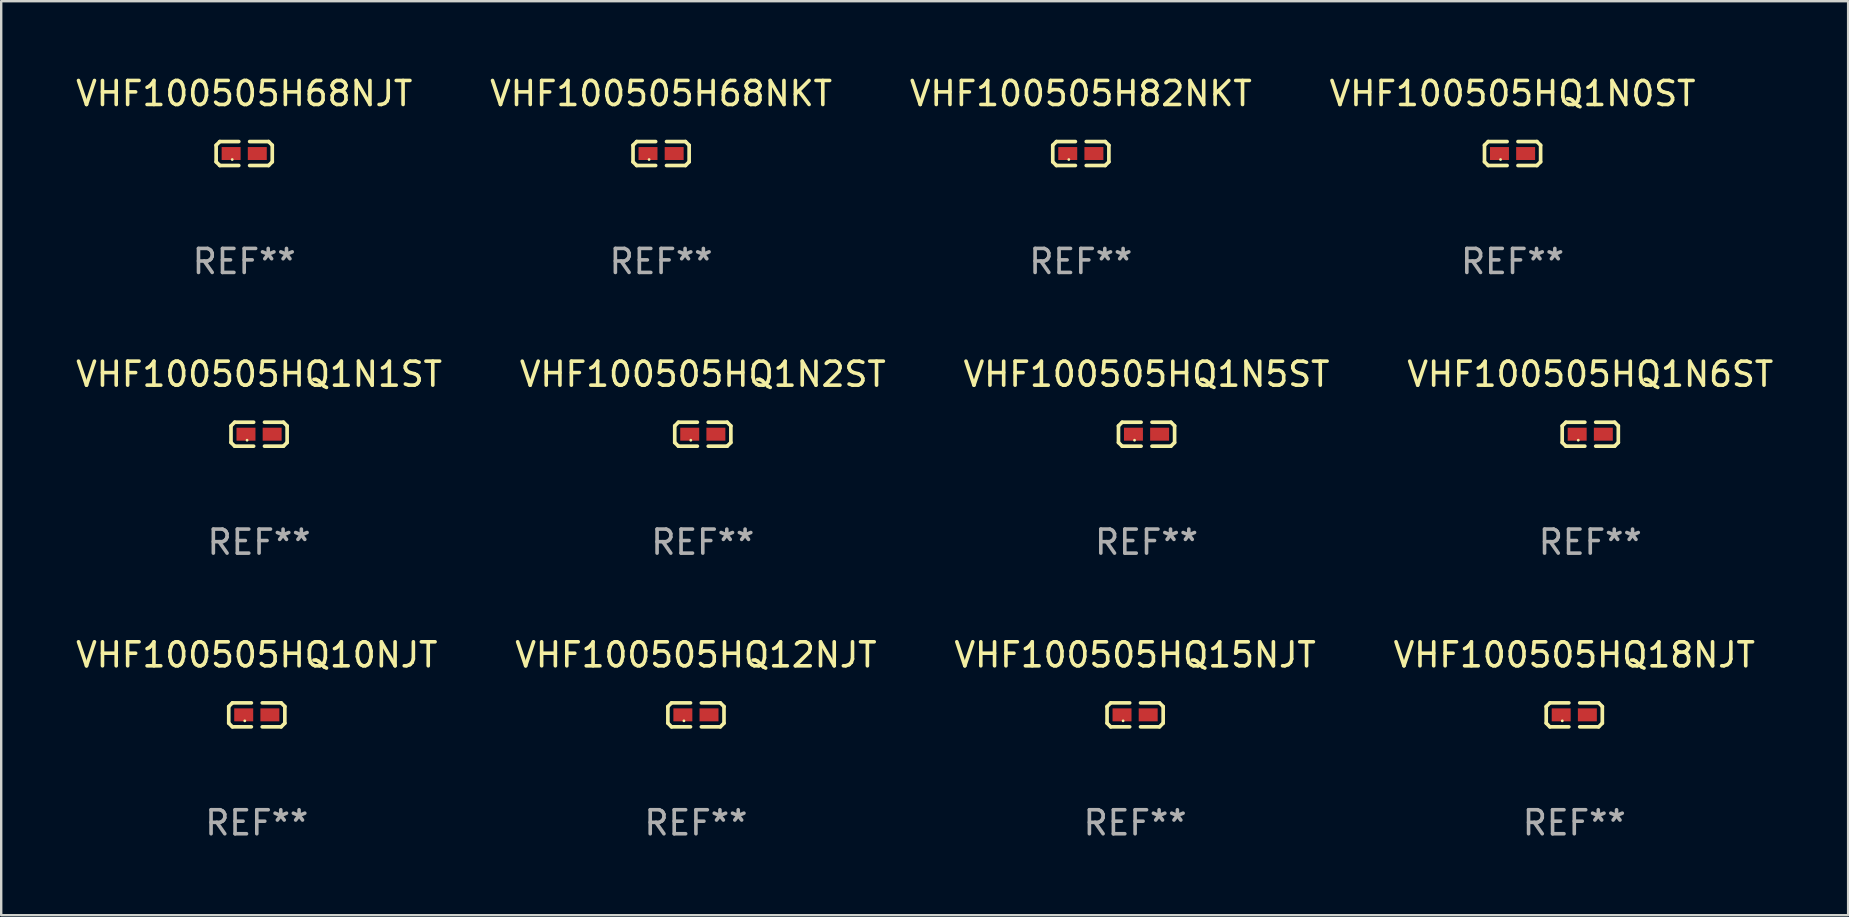
<source format=kicad_pcb>
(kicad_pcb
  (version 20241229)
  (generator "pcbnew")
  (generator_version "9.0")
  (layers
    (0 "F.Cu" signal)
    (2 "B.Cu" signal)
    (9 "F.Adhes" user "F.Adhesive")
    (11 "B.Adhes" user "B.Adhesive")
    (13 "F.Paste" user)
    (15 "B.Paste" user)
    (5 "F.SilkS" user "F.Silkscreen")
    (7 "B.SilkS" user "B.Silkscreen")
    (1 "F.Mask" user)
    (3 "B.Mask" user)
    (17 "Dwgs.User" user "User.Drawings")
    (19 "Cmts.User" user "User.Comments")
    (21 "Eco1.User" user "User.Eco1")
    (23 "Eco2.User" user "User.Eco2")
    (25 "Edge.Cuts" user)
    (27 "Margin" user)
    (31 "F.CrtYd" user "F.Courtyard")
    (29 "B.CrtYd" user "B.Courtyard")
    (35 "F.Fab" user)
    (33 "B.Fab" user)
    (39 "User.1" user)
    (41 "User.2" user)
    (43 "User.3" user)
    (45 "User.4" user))
  (footprint "VHF100505HQ1N5ST"
    (layer "F.Cu")
    (at 44.72 15.041)
    (property "Reference" "VHF100505HQ1N5ST" (at 0 -2.499 0) (layer "F.SilkS") (effects (font (size 1 1) (thickness 0.15))))
    (attr through_hole)
    (fp_line (start -1.169 -0.346) (end -1.016 -0.499) (stroke (width 0.152) (type solid)) (layer "F.SilkS"))
    (fp_line (start -1.169 0.346) (end -1.169 -0.346) (stroke (width 0.152) (type solid)) (layer "F.SilkS"))
    (fp_line (start -1.016 -0.499) (end -0.226 -0.499) (stroke (width 0.152) (type solid)) (layer "F.SilkS"))
    (fp_line (start -1.016 0.499) (end -1.169 0.346) (stroke (width 0.152) (type solid)) (layer "F.SilkS"))
    (fp_line (start -0.226 0.499) (end -1.016 0.499) (stroke (width 0.152) (type solid)) (layer "F.SilkS"))
    (fp_line (start 0.226 0.499) (end 1.016 0.499) (stroke (width 0.152) (type solid)) (layer "F.SilkS"))
    (fp_line (start 1.016 -0.499) (end 0.226 -0.499) (stroke (width 0.152) (type solid)) (layer "F.SilkS"))
    (fp_line (start 1.016 0.499) (end 1.169 0.346) (stroke (width 0.152) (type solid)) (layer "F.SilkS"))
    (fp_line (start 1.169 -0.346) (end 1.016 -0.499) (stroke (width 0.152) (type solid)) (layer "F.SilkS"))
    (fp_line (start 1.169 0.346) (end 1.169 -0.346) (stroke (width 0.152) (type solid)) (layer "F.SilkS"))
    (fp_circle (center -0.5 0.25) (end -0.47 0.25) (stroke (width 0.06) (type solid)) (fill no) (layer "F.SilkS"))
    (fp_text user "REF**" (at 0 4.499 0) (layer "F.Fab") (effects (font (size 1 1) (thickness 0.15))))
    (pad "1" smd rect (at -0.545 0) (size 0.79 0.54) (layers "F.Cu" "F.Mask" "F.Paste"))
    (pad "2" smd rect (at 0.545 0) (size 0.79 0.54) (layers "F.Cu" "F.Mask" "F.Paste")))
  (footprint "VHF100505H68NJT"
    (layer "F.Cu")
    (at 7.125 3.347)
    (property "Reference" "VHF100505H68NJT" (at 0 -2.499 0) (layer "F.SilkS") (effects (font (size 1 1) (thickness 0.15))))
    (attr through_hole)
    (fp_line (start -1.169 -0.346) (end -1.016 -0.499) (stroke (width 0.152) (type solid)) (layer "F.SilkS"))
    (fp_line (start -1.169 0.346) (end -1.169 -0.346) (stroke (width 0.152) (type solid)) (layer "F.SilkS"))
    (fp_line (start -1.016 -0.499) (end -0.226 -0.499) (stroke (width 0.152) (type solid)) (layer "F.SilkS"))
    (fp_line (start -1.016 0.499) (end -1.169 0.346) (stroke (width 0.152) (type solid)) (layer "F.SilkS"))
    (fp_line (start -0.226 0.499) (end -1.016 0.499) (stroke (width 0.152) (type solid)) (layer "F.SilkS"))
    (fp_line (start 0.226 0.499) (end 1.016 0.499) (stroke (width 0.152) (type solid)) (layer "F.SilkS"))
    (fp_line (start 1.016 -0.499) (end 0.226 -0.499) (stroke (width 0.152) (type solid)) (layer "F.SilkS"))
    (fp_line (start 1.016 0.499) (end 1.169 0.346) (stroke (width 0.152) (type solid)) (layer "F.SilkS"))
    (fp_line (start 1.169 -0.346) (end 1.016 -0.499) (stroke (width 0.152) (type solid)) (layer "F.SilkS"))
    (fp_line (start 1.169 0.346) (end 1.169 -0.346) (stroke (width 0.152) (type solid)) (layer "F.SilkS"))
    (fp_circle (center -0.5 0.25) (end -0.47 0.25) (stroke (width 0.06) (type solid)) (fill no) (layer "F.SilkS"))
    (fp_text user "REF**" (at 0 4.499 0) (layer "F.Fab") (effects (font (size 1 1) (thickness 0.15))))
    (pad "1" smd rect (at -0.545 0) (size 0.79 0.54) (layers "F.Cu" "F.Mask" "F.Paste"))
    (pad "2" smd rect (at 0.545 0) (size 0.79 0.54) (layers "F.Cu" "F.Mask" "F.Paste")))
  (footprint "VHF100505HQ1N0ST"
    (layer "F.Cu")
    (at 59.97 3.347)
    (property "Reference" "VHF100505HQ1N0ST" (at 0 -2.499 0) (layer "F.SilkS") (effects (font (size 1 1) (thickness 0.15))))
    (attr through_hole)
    (fp_line (start -1.169 -0.346) (end -1.016 -0.499) (stroke (width 0.152) (type solid)) (layer "F.SilkS"))
    (fp_line (start -1.169 0.346) (end -1.169 -0.346) (stroke (width 0.152) (type solid)) (layer "F.SilkS"))
    (fp_line (start -1.016 -0.499) (end -0.226 -0.499) (stroke (width 0.152) (type solid)) (layer "F.SilkS"))
    (fp_line (start -1.016 0.499) (end -1.169 0.346) (stroke (width 0.152) (type solid)) (layer "F.SilkS"))
    (fp_line (start -0.226 0.499) (end -1.016 0.499) (stroke (width 0.152) (type solid)) (layer "F.SilkS"))
    (fp_line (start 0.226 0.499) (end 1.016 0.499) (stroke (width 0.152) (type solid)) (layer "F.SilkS"))
    (fp_line (start 1.016 -0.499) (end 0.226 -0.499) (stroke (width 0.152) (type solid)) (layer "F.SilkS"))
    (fp_line (start 1.016 0.499) (end 1.169 0.346) (stroke (width 0.152) (type solid)) (layer "F.SilkS"))
    (fp_line (start 1.169 -0.346) (end 1.016 -0.499) (stroke (width 0.152) (type solid)) (layer "F.SilkS"))
    (fp_line (start 1.169 0.346) (end 1.169 -0.346) (stroke (width 0.152) (type solid)) (layer "F.SilkS"))
    (fp_circle (center -0.5 0.25) (end -0.47 0.25) (stroke (width 0.06) (type solid)) (fill no) (layer "F.SilkS"))
    (fp_text user "REF**" (at 0 4.499 0) (layer "F.Fab") (effects (font (size 1 1) (thickness 0.15))))
    (pad "1" smd rect (at -0.545 0) (size 0.79 0.54) (layers "F.Cu" "F.Mask" "F.Paste"))
    (pad "2" smd rect (at 0.545 0) (size 0.79 0.54) (layers "F.Cu" "F.Mask" "F.Paste")))
  (footprint "VHF100505HQ10NJT"
    (layer "F.Cu")
    (at 7.649 26.734)
    (property "Reference" "VHF100505HQ10NJT" (at 0 -2.499 0) (layer "F.SilkS") (effects (font (size 1 1) (thickness 0.15))))
    (attr through_hole)
    (fp_line (start -1.169 -0.346) (end -1.016 -0.499) (stroke (width 0.152) (type solid)) (layer "F.SilkS"))
    (fp_line (start -1.169 0.346) (end -1.169 -0.346) (stroke (width 0.152) (type solid)) (layer "F.SilkS"))
    (fp_line (start -1.016 -0.499) (end -0.226 -0.499) (stroke (width 0.152) (type solid)) (layer "F.SilkS"))
    (fp_line (start -1.016 0.499) (end -1.169 0.346) (stroke (width 0.152) (type solid)) (layer "F.SilkS"))
    (fp_line (start -0.226 0.499) (end -1.016 0.499) (stroke (width 0.152) (type solid)) (layer "F.SilkS"))
    (fp_line (start 0.226 0.499) (end 1.016 0.499) (stroke (width 0.152) (type solid)) (layer "F.SilkS"))
    (fp_line (start 1.016 -0.499) (end 0.226 -0.499) (stroke (width 0.152) (type solid)) (layer "F.SilkS"))
    (fp_line (start 1.016 0.499) (end 1.169 0.346) (stroke (width 0.152) (type solid)) (layer "F.SilkS"))
    (fp_line (start 1.169 -0.346) (end 1.016 -0.499) (stroke (width 0.152) (type solid)) (layer "F.SilkS"))
    (fp_line (start 1.169 0.346) (end 1.169 -0.346) (stroke (width 0.152) (type solid)) (layer "F.SilkS"))
    (fp_circle (center -0.5 0.25) (end -0.47 0.25) (stroke (width 0.06) (type solid)) (fill no) (layer "F.SilkS"))
    (fp_text user "REF**" (at 0 4.499 0) (layer "F.Fab") (effects (font (size 1 1) (thickness 0.15))))
    (pad "1" smd rect (at -0.545 0) (size 0.79 0.54) (layers "F.Cu" "F.Mask" "F.Paste"))
    (pad "2" smd rect (at 0.545 0) (size 0.79 0.54) (layers "F.Cu" "F.Mask" "F.Paste")))
  (footprint "VHF100505H82NKT"
    (layer "F.Cu")
    (at 41.982 3.347)
    (property "Reference" "VHF100505H82NKT" (at 0 -2.499 0) (layer "F.SilkS") (effects (font (size 1 1) (thickness 0.15))))
    (attr through_hole)
    (fp_line (start -1.169 -0.346) (end -1.016 -0.499) (stroke (width 0.152) (type solid)) (layer "F.SilkS"))
    (fp_line (start -1.169 0.346) (end -1.169 -0.346) (stroke (width 0.152) (type solid)) (layer "F.SilkS"))
    (fp_line (start -1.016 -0.499) (end -0.226 -0.499) (stroke (width 0.152) (type solid)) (layer "F.SilkS"))
    (fp_line (start -1.016 0.499) (end -1.169 0.346) (stroke (width 0.152) (type solid)) (layer "F.SilkS"))
    (fp_line (start -0.226 0.499) (end -1.016 0.499) (stroke (width 0.152) (type solid)) (layer "F.SilkS"))
    (fp_line (start 0.226 0.499) (end 1.016 0.499) (stroke (width 0.152) (type solid)) (layer "F.SilkS"))
    (fp_line (start 1.016 -0.499) (end 0.226 -0.499) (stroke (width 0.152) (type solid)) (layer "F.SilkS"))
    (fp_line (start 1.016 0.499) (end 1.169 0.346) (stroke (width 0.152) (type solid)) (layer "F.SilkS"))
    (fp_line (start 1.169 -0.346) (end 1.016 -0.499) (stroke (width 0.152) (type solid)) (layer "F.SilkS"))
    (fp_line (start 1.169 0.346) (end 1.169 -0.346) (stroke (width 0.152) (type solid)) (layer "F.SilkS"))
    (fp_circle (center -0.5 0.25) (end -0.47 0.25) (stroke (width 0.06) (type solid)) (fill no) (layer "F.SilkS"))
    (fp_text user "REF**" (at 0 4.499 0) (layer "F.Fab") (effects (font (size 1 1) (thickness 0.15))))
    (pad "1" smd rect (at -0.545 0) (size 0.79 0.54) (layers "F.Cu" "F.Mask" "F.Paste"))
    (pad "2" smd rect (at 0.545 0) (size 0.79 0.54) (layers "F.Cu" "F.Mask" "F.Paste")))
  (footprint "VHF100505HQ18NJT"
    (layer "F.Cu")
    (at 62.542 26.734)
    (property "Reference" "VHF100505HQ18NJT" (at 0 -2.499 0) (layer "F.SilkS") (effects (font (size 1 1) (thickness 0.15))))
    (attr through_hole)
    (fp_line (start -1.169 -0.346) (end -1.016 -0.499) (stroke (width 0.152) (type solid)) (layer "F.SilkS"))
    (fp_line (start -1.169 0.346) (end -1.169 -0.346) (stroke (width 0.152) (type solid)) (layer "F.SilkS"))
    (fp_line (start -1.016 -0.499) (end -0.226 -0.499) (stroke (width 0.152) (type solid)) (layer "F.SilkS"))
    (fp_line (start -1.016 0.499) (end -1.169 0.346) (stroke (width 0.152) (type solid)) (layer "F.SilkS"))
    (fp_line (start -0.226 0.499) (end -1.016 0.499) (stroke (width 0.152) (type solid)) (layer "F.SilkS"))
    (fp_line (start 0.226 0.499) (end 1.016 0.499) (stroke (width 0.152) (type solid)) (layer "F.SilkS"))
    (fp_line (start 1.016 -0.499) (end 0.226 -0.499) (stroke (width 0.152) (type solid)) (layer "F.SilkS"))
    (fp_line (start 1.016 0.499) (end 1.169 0.346) (stroke (width 0.152) (type solid)) (layer "F.SilkS"))
    (fp_line (start 1.169 -0.346) (end 1.016 -0.499) (stroke (width 0.152) (type solid)) (layer "F.SilkS"))
    (fp_line (start 1.169 0.346) (end 1.169 -0.346) (stroke (width 0.152) (type solid)) (layer "F.SilkS"))
    (fp_circle (center -0.5 0.25) (end -0.47 0.25) (stroke (width 0.06) (type solid)) (fill no) (layer "F.SilkS"))
    (fp_text user "REF**" (at 0 4.499 0) (layer "F.Fab") (effects (font (size 1 1) (thickness 0.15))))
    (pad "1" smd rect (at -0.545 0) (size 0.79 0.54) (layers "F.Cu" "F.Mask" "F.Paste"))
    (pad "2" smd rect (at 0.545 0) (size 0.79 0.54) (layers "F.Cu" "F.Mask" "F.Paste")))
  (footprint "VHF100505HQ1N2ST"
    (layer "F.Cu")
    (at 26.232 15.041)
    (property "Reference" "VHF100505HQ1N2ST" (at 0 -2.499 0) (layer "F.SilkS") (effects (font (size 1 1) (thickness 0.15))))
    (attr through_hole)
    (fp_line (start -1.169 -0.346) (end -1.016 -0.499) (stroke (width 0.152) (type solid)) (layer "F.SilkS"))
    (fp_line (start -1.169 0.346) (end -1.169 -0.346) (stroke (width 0.152) (type solid)) (layer "F.SilkS"))
    (fp_line (start -1.016 -0.499) (end -0.226 -0.499) (stroke (width 0.152) (type solid)) (layer "F.SilkS"))
    (fp_line (start -1.016 0.499) (end -1.169 0.346) (stroke (width 0.152) (type solid)) (layer "F.SilkS"))
    (fp_line (start -0.226 0.499) (end -1.016 0.499) (stroke (width 0.152) (type solid)) (layer "F.SilkS"))
    (fp_line (start 0.226 0.499) (end 1.016 0.499) (stroke (width 0.152) (type solid)) (layer "F.SilkS"))
    (fp_line (start 1.016 -0.499) (end 0.226 -0.499) (stroke (width 0.152) (type solid)) (layer "F.SilkS"))
    (fp_line (start 1.016 0.499) (end 1.169 0.346) (stroke (width 0.152) (type solid)) (layer "F.SilkS"))
    (fp_line (start 1.169 -0.346) (end 1.016 -0.499) (stroke (width 0.152) (type solid)) (layer "F.SilkS"))
    (fp_line (start 1.169 0.346) (end 1.169 -0.346) (stroke (width 0.152) (type solid)) (layer "F.SilkS"))
    (fp_circle (center -0.5 0.25) (end -0.47 0.25) (stroke (width 0.06) (type solid)) (fill no) (layer "F.SilkS"))
    (fp_text user "REF**" (at 0 4.499 0) (layer "F.Fab") (effects (font (size 1 1) (thickness 0.15))))
    (pad "1" smd rect (at -0.545 0) (size 0.79 0.54) (layers "F.Cu" "F.Mask" "F.Paste"))
    (pad "2" smd rect (at 0.545 0) (size 0.79 0.54) (layers "F.Cu" "F.Mask" "F.Paste")))
  (footprint "VHF100505HQ12NJT"
    (layer "F.Cu")
    (at 25.946 26.734)
    (property "Reference" "VHF100505HQ12NJT" (at 0 -2.499 0) (layer "F.SilkS") (effects (font (size 1 1) (thickness 0.15))))
    (attr through_hole)
    (fp_line (start -1.169 -0.346) (end -1.016 -0.499) (stroke (width 0.152) (type solid)) (layer "F.SilkS"))
    (fp_line (start -1.169 0.346) (end -1.169 -0.346) (stroke (width 0.152) (type solid)) (layer "F.SilkS"))
    (fp_line (start -1.016 -0.499) (end -0.226 -0.499) (stroke (width 0.152) (type solid)) (layer "F.SilkS"))
    (fp_line (start -1.016 0.499) (end -1.169 0.346) (stroke (width 0.152) (type solid)) (layer "F.SilkS"))
    (fp_line (start -0.226 0.499) (end -1.016 0.499) (stroke (width 0.152) (type solid)) (layer "F.SilkS"))
    (fp_line (start 0.226 0.499) (end 1.016 0.499) (stroke (width 0.152) (type solid)) (layer "F.SilkS"))
    (fp_line (start 1.016 -0.499) (end 0.226 -0.499) (stroke (width 0.152) (type solid)) (layer "F.SilkS"))
    (fp_line (start 1.016 0.499) (end 1.169 0.346) (stroke (width 0.152) (type solid)) (layer "F.SilkS"))
    (fp_line (start 1.169 -0.346) (end 1.016 -0.499) (stroke (width 0.152) (type solid)) (layer "F.SilkS"))
    (fp_line (start 1.169 0.346) (end 1.169 -0.346) (stroke (width 0.152) (type solid)) (layer "F.SilkS"))
    (fp_circle (center -0.5 0.25) (end -0.47 0.25) (stroke (width 0.06) (type solid)) (fill no) (layer "F.SilkS"))
    (fp_text user "REF**" (at 0 4.499 0) (layer "F.Fab") (effects (font (size 1 1) (thickness 0.15))))
    (pad "1" smd rect (at -0.545 0) (size 0.79 0.54) (layers "F.Cu" "F.Mask" "F.Paste"))
    (pad "2" smd rect (at 0.545 0) (size 0.79 0.54) (layers "F.Cu" "F.Mask" "F.Paste")))
  (footprint "VHF100505HQ15NJT"
    (layer "F.Cu")
    (at 44.244 26.734)
    (property "Reference" "VHF100505HQ15NJT" (at 0 -2.499 0) (layer "F.SilkS") (effects (font (size 1 1) (thickness 0.15))))
    (attr through_hole)
    (fp_line (start -1.169 -0.346) (end -1.016 -0.499) (stroke (width 0.152) (type solid)) (layer "F.SilkS"))
    (fp_line (start -1.169 0.346) (end -1.169 -0.346) (stroke (width 0.152) (type solid)) (layer "F.SilkS"))
    (fp_line (start -1.016 -0.499) (end -0.226 -0.499) (stroke (width 0.152) (type solid)) (layer "F.SilkS"))
    (fp_line (start -1.016 0.499) (end -1.169 0.346) (stroke (width 0.152) (type solid)) (layer "F.SilkS"))
    (fp_line (start -0.226 0.499) (end -1.016 0.499) (stroke (width 0.152) (type solid)) (layer "F.SilkS"))
    (fp_line (start 0.226 0.499) (end 1.016 0.499) (stroke (width 0.152) (type solid)) (layer "F.SilkS"))
    (fp_line (start 1.016 -0.499) (end 0.226 -0.499) (stroke (width 0.152) (type solid)) (layer "F.SilkS"))
    (fp_line (start 1.016 0.499) (end 1.169 0.346) (stroke (width 0.152) (type solid)) (layer "F.SilkS"))
    (fp_line (start 1.169 -0.346) (end 1.016 -0.499) (stroke (width 0.152) (type solid)) (layer "F.SilkS"))
    (fp_line (start 1.169 0.346) (end 1.169 -0.346) (stroke (width 0.152) (type solid)) (layer "F.SilkS"))
    (fp_circle (center -0.5 0.25) (end -0.47 0.25) (stroke (width 0.06) (type solid)) (fill no) (layer "F.SilkS"))
    (fp_text user "REF**" (at 0 4.499 0) (layer "F.Fab") (effects (font (size 1 1) (thickness 0.15))))
    (pad "1" smd rect (at -0.545 0) (size 0.79 0.54) (layers "F.Cu" "F.Mask" "F.Paste"))
    (pad "2" smd rect (at 0.545 0) (size 0.79 0.54) (layers "F.Cu" "F.Mask" "F.Paste")))
  (footprint "VHF100505H68NKT"
    (layer "F.Cu")
    (at 24.494 3.347)
    (property "Reference" "VHF100505H68NKT" (at 0 -2.499 0) (layer "F.SilkS") (effects (font (size 1 1) (thickness 0.15))))
    (attr through_hole)
    (fp_line (start -1.169 -0.346) (end -1.016 -0.499) (stroke (width 0.152) (type solid)) (layer "F.SilkS"))
    (fp_line (start -1.169 0.346) (end -1.169 -0.346) (stroke (width 0.152) (type solid)) (layer "F.SilkS"))
    (fp_line (start -1.016 -0.499) (end -0.226 -0.499) (stroke (width 0.152) (type solid)) (layer "F.SilkS"))
    (fp_line (start -1.016 0.499) (end -1.169 0.346) (stroke (width 0.152) (type solid)) (layer "F.SilkS"))
    (fp_line (start -0.226 0.499) (end -1.016 0.499) (stroke (width 0.152) (type solid)) (layer "F.SilkS"))
    (fp_line (start 0.226 0.499) (end 1.016 0.499) (stroke (width 0.152) (type solid)) (layer "F.SilkS"))
    (fp_line (start 1.016 -0.499) (end 0.226 -0.499) (stroke (width 0.152) (type solid)) (layer "F.SilkS"))
    (fp_line (start 1.016 0.499) (end 1.169 0.346) (stroke (width 0.152) (type solid)) (layer "F.SilkS"))
    (fp_line (start 1.169 -0.346) (end 1.016 -0.499) (stroke (width 0.152) (type solid)) (layer "F.SilkS"))
    (fp_line (start 1.169 0.346) (end 1.169 -0.346) (stroke (width 0.152) (type solid)) (layer "F.SilkS"))
    (fp_circle (center -0.5 0.25) (end -0.47 0.25) (stroke (width 0.06) (type solid)) (fill no) (layer "F.SilkS"))
    (fp_text user "REF**" (at 0 4.499 0) (layer "F.Fab") (effects (font (size 1 1) (thickness 0.15))))
    (pad "1" smd rect (at -0.545 0) (size 0.79 0.54) (layers "F.Cu" "F.Mask" "F.Paste"))
    (pad "2" smd rect (at 0.545 0) (size 0.79 0.54) (layers "F.Cu" "F.Mask" "F.Paste")))
  (footprint "VHF100505HQ1N6ST"
    (layer "F.Cu")
    (at 63.208 15.041)
    (property "Reference" "VHF100505HQ1N6ST" (at 0 -2.499 0) (layer "F.SilkS") (effects (font (size 1 1) (thickness 0.15))))
    (attr through_hole)
    (fp_line (start -1.169 -0.346) (end -1.016 -0.499) (stroke (width 0.152) (type solid)) (layer "F.SilkS"))
    (fp_line (start -1.169 0.346) (end -1.169 -0.346) (stroke (width 0.152) (type solid)) (layer "F.SilkS"))
    (fp_line (start -1.016 -0.499) (end -0.226 -0.499) (stroke (width 0.152) (type solid)) (layer "F.SilkS"))
    (fp_line (start -1.016 0.499) (end -1.169 0.346) (stroke (width 0.152) (type solid)) (layer "F.SilkS"))
    (fp_line (start -0.226 0.499) (end -1.016 0.499) (stroke (width 0.152) (type solid)) (layer "F.SilkS"))
    (fp_line (start 0.226 0.499) (end 1.016 0.499) (stroke (width 0.152) (type solid)) (layer "F.SilkS"))
    (fp_line (start 1.016 -0.499) (end 0.226 -0.499) (stroke (width 0.152) (type solid)) (layer "F.SilkS"))
    (fp_line (start 1.016 0.499) (end 1.169 0.346) (stroke (width 0.152) (type solid)) (layer "F.SilkS"))
    (fp_line (start 1.169 -0.346) (end 1.016 -0.499) (stroke (width 0.152) (type solid)) (layer "F.SilkS"))
    (fp_line (start 1.169 0.346) (end 1.169 -0.346) (stroke (width 0.152) (type solid)) (layer "F.SilkS"))
    (fp_circle (center -0.5 0.25) (end -0.47 0.25) (stroke (width 0.06) (type solid)) (fill no) (layer "F.SilkS"))
    (fp_text user "REF**" (at 0 4.499 0) (layer "F.Fab") (effects (font (size 1 1) (thickness 0.15))))
    (pad "1" smd rect (at -0.545 0) (size 0.79 0.54) (layers "F.Cu" "F.Mask" "F.Paste"))
    (pad "2" smd rect (at 0.545 0) (size 0.79 0.54) (layers "F.Cu" "F.Mask" "F.Paste")))
  (footprint "VHF100505HQ1N1ST"
    (layer "F.Cu")
    (at 7.744 15.041)
    (property "Reference" "VHF100505HQ1N1ST" (at 0 -2.499 0) (layer "F.SilkS") (effects (font (size 1 1) (thickness 0.15))))
    (attr through_hole)
    (fp_line (start -1.169 -0.346) (end -1.016 -0.499) (stroke (width 0.152) (type solid)) (layer "F.SilkS"))
    (fp_line (start -1.169 0.346) (end -1.169 -0.346) (stroke (width 0.152) (type solid)) (layer "F.SilkS"))
    (fp_line (start -1.016 -0.499) (end -0.226 -0.499) (stroke (width 0.152) (type solid)) (layer "F.SilkS"))
    (fp_line (start -1.016 0.499) (end -1.169 0.346) (stroke (width 0.152) (type solid)) (layer "F.SilkS"))
    (fp_line (start -0.226 0.499) (end -1.016 0.499) (stroke (width 0.152) (type solid)) (layer "F.SilkS"))
    (fp_line (start 0.226 0.499) (end 1.016 0.499) (stroke (width 0.152) (type solid)) (layer "F.SilkS"))
    (fp_line (start 1.016 -0.499) (end 0.226 -0.499) (stroke (width 0.152) (type solid)) (layer "F.SilkS"))
    (fp_line (start 1.016 0.499) (end 1.169 0.346) (stroke (width 0.152) (type solid)) (layer "F.SilkS"))
    (fp_line (start 1.169 -0.346) (end 1.016 -0.499) (stroke (width 0.152) (type solid)) (layer "F.SilkS"))
    (fp_line (start 1.169 0.346) (end 1.169 -0.346) (stroke (width 0.152) (type solid)) (layer "F.SilkS"))
    (fp_circle (center -0.5 0.25) (end -0.47 0.25) (stroke (width 0.06) (type solid)) (fill no) (layer "F.SilkS"))
    (fp_text user "REF**" (at 0 4.499 0) (layer "F.Fab") (effects (font (size 1 1) (thickness 0.15))))
    (pad "1" smd rect (at -0.545 0) (size 0.79 0.54) (layers "F.Cu" "F.Mask" "F.Paste"))
    (pad "2" smd rect (at 0.545 0) (size 0.79 0.54) (layers "F.Cu" "F.Mask" "F.Paste")))
  (gr_rect
    (start -3 -3)
    (end 73.952 35.081)
    (stroke (width 0.1) (type default))
    (fill no)
    (layer "Edge.Cuts")))
</source>
